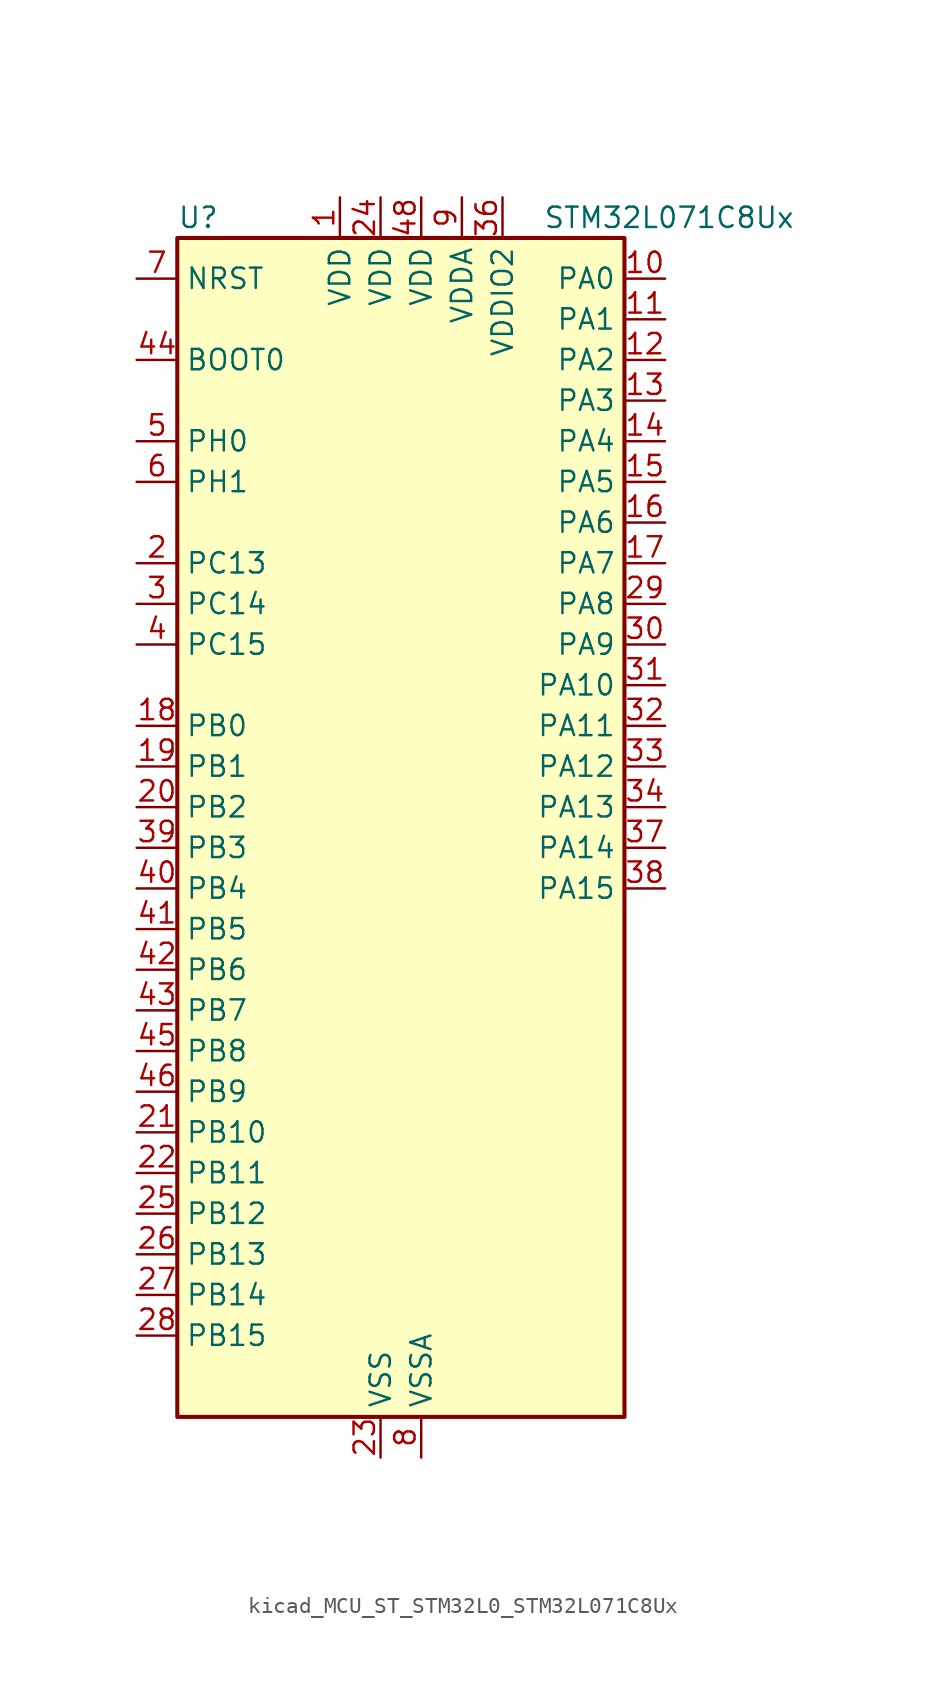
<source format=kicad_sym>
(kicad_symbol_lib
  (version 20220914)
  (generator kicad_symbol_editor)
  (symbol "kicad_MCU_ST_STM32L0_STM32L071C8Ux"
    (property "Reference" "U"
      (at -12.7 39.37 0)
      (effects (font (size 1.27 1.27)) (justify left)))
    (property "Value" "STM32L071C8Ux"
      (at 10.16 39.37 0)
      (effects (font (size 1.27 1.27)) (justify left)))
    (property "ki_locked" ""
      (at 0 0 0)
      (effects (font (size 1.27 1.27))))
    (symbol "kicad_MCU_ST_STM32L0_STM32L071C8Ux_0_1"
      (rectangle (start -12.7 -35.56) (end 15.24 38.1) (stroke (width 0.254) (type default)) (fill (type background))))
    (symbol "kicad_MCU_ST_STM32L0_STM32L071C8Ux_1_1"
      (pin power_in line (at -2.54 40.64 270) (length 2.54) (name "VDD" (effects (font (size 1.27 1.27)))) (number "1" (effects (font (size 1.27 1.27)))))
      (pin bidirectional line (at 17.78 35.56 180) (length 2.54) (name "PA0" (effects (font (size 1.27 1.27)))) (number "10" (effects (font (size 1.27 1.27)))) (alternate "ADC_IN0" bidirectional line) (alternate "COMP1_INM" bidirectional line) (alternate "COMP1_OUT" bidirectional line) (alternate "RTC_TAMP2" bidirectional line) (alternate "SYS_WKUP1" bidirectional line) (alternate "TIM2_CH1" bidirectional line) (alternate "TIM2_ETR" bidirectional line) (alternate "USART2_CTS" bidirectional line) (alternate "USART4_TX" bidirectional line))
      (pin bidirectional line (at 17.78 33.02 180) (length 2.54) (name "PA1" (effects (font (size 1.27 1.27)))) (number "11" (effects (font (size 1.27 1.27)))) (alternate "ADC_IN1" bidirectional line) (alternate "COMP1_INP" bidirectional line) (alternate "TIM21_ETR" bidirectional line) (alternate "TIM2_CH2" bidirectional line) (alternate "USART2_DE" bidirectional line) (alternate "USART2_RTS" bidirectional line) (alternate "USART4_RX" bidirectional line))
      (pin bidirectional line (at 17.78 30.48 180) (length 2.54) (name "PA2" (effects (font (size 1.27 1.27)))) (number "12" (effects (font (size 1.27 1.27)))) (alternate "ADC_IN2" bidirectional line) (alternate "COMP2_INM" bidirectional line) (alternate "COMP2_OUT" bidirectional line) (alternate "LPUART1_TX" bidirectional line) (alternate "TIM21_CH1" bidirectional line) (alternate "TIM2_CH3" bidirectional line) (alternate "USART2_TX" bidirectional line))
      (pin bidirectional line (at 17.78 27.94 180) (length 2.54) (name "PA3" (effects (font (size 1.27 1.27)))) (number "13" (effects (font (size 1.27 1.27)))) (alternate "ADC_IN3" bidirectional line) (alternate "COMP2_INP" bidirectional line) (alternate "LPUART1_RX" bidirectional line) (alternate "TIM21_CH2" bidirectional line) (alternate "TIM2_CH4" bidirectional line) (alternate "USART2_RX" bidirectional line))
      (pin bidirectional line (at 17.78 25.4 180) (length 2.54) (name "PA4" (effects (font (size 1.27 1.27)))) (number "14" (effects (font (size 1.27 1.27)))) (alternate "ADC_IN4" bidirectional line) (alternate "COMP1_INM" bidirectional line) (alternate "COMP2_INM" bidirectional line) (alternate "SPI1_NSS" bidirectional line) (alternate "TIM22_ETR" bidirectional line) (alternate "USART2_CK" bidirectional line))
      (pin bidirectional line (at 17.78 22.86 180) (length 2.54) (name "PA5" (effects (font (size 1.27 1.27)))) (number "15" (effects (font (size 1.27 1.27)))) (alternate "ADC_IN5" bidirectional line) (alternate "COMP1_INM" bidirectional line) (alternate "COMP2_INM" bidirectional line) (alternate "SPI1_SCK" bidirectional line) (alternate "TIM2_CH1" bidirectional line) (alternate "TIM2_ETR" bidirectional line))
      (pin bidirectional line (at 17.78 20.32 180) (length 2.54) (name "PA6" (effects (font (size 1.27 1.27)))) (number "16" (effects (font (size 1.27 1.27)))) (alternate "ADC_IN6" bidirectional line) (alternate "COMP1_OUT" bidirectional line) (alternate "LPUART1_CTS" bidirectional line) (alternate "SPI1_MISO" bidirectional line) (alternate "TIM22_CH1" bidirectional line) (alternate "TIM3_CH1" bidirectional line))
      (pin bidirectional line (at 17.78 17.78 180) (length 2.54) (name "PA7" (effects (font (size 1.27 1.27)))) (number "17" (effects (font (size 1.27 1.27)))) (alternate "ADC_IN7" bidirectional line) (alternate "COMP2_OUT" bidirectional line) (alternate "SPI1_MOSI" bidirectional line) (alternate "TIM22_CH2" bidirectional line) (alternate "TIM3_CH2" bidirectional line))
      (pin bidirectional line (at -15.24 7.62 0) (length 2.54) (name "PB0" (effects (font (size 1.27 1.27)))) (number "18" (effects (font (size 1.27 1.27)))) (alternate "ADC_IN8" bidirectional line) (alternate "SYS_VREF_OUT_PB0" bidirectional line) (alternate "TIM3_CH3" bidirectional line))
      (pin bidirectional line (at -15.24 5.08 0) (length 2.54) (name "PB1" (effects (font (size 1.27 1.27)))) (number "19" (effects (font (size 1.27 1.27)))) (alternate "ADC_IN9" bidirectional line) (alternate "LPUART1_DE" bidirectional line) (alternate "LPUART1_RTS" bidirectional line) (alternate "SYS_VREF_OUT_PB1" bidirectional line) (alternate "TIM3_CH4" bidirectional line))
      (pin bidirectional line (at -15.24 17.78 0) (length 2.54) (name "PC13" (effects (font (size 1.27 1.27)))) (number "2" (effects (font (size 1.27 1.27)))) (alternate "RTC_OUT_ALARM" bidirectional line) (alternate "RTC_OUT_CALIB" bidirectional line) (alternate "RTC_TAMP1" bidirectional line) (alternate "RTC_TS" bidirectional line) (alternate "SYS_WKUP2" bidirectional line))
      (pin bidirectional line (at -15.24 2.54 0) (length 2.54) (name "PB2" (effects (font (size 1.27 1.27)))) (number "20" (effects (font (size 1.27 1.27)))) (alternate "I2C3_SMBA" bidirectional line) (alternate "LPTIM1_OUT" bidirectional line))
      (pin bidirectional line (at -15.24 -17.78 0) (length 2.54) (name "PB10" (effects (font (size 1.27 1.27)))) (number "21" (effects (font (size 1.27 1.27)))) (alternate "I2C2_SCL" bidirectional line) (alternate "LPUART1_RX" bidirectional line) (alternate "LPUART1_TX" bidirectional line) (alternate "SPI2_SCK" bidirectional line) (alternate "TIM2_CH3" bidirectional line))
      (pin bidirectional line (at -15.24 -20.32 0) (length 2.54) (name "PB11" (effects (font (size 1.27 1.27)))) (number "22" (effects (font (size 1.27 1.27)))) (alternate "ADC_EXTI11" bidirectional line) (alternate "I2C2_SDA" bidirectional line) (alternate "LPUART1_RX" bidirectional line) (alternate "LPUART1_TX" bidirectional line) (alternate "TIM2_CH4" bidirectional line))
      (pin power_in line (at 0 -38.1 90) (length 2.54) (name "VSS" (effects (font (size 1.27 1.27)))) (number "23" (effects (font (size 1.27 1.27)))))
      (pin power_in line (at 0 40.64 270) (length 2.54) (name "VDD" (effects (font (size 1.27 1.27)))) (number "24" (effects (font (size 1.27 1.27)))))
      (pin bidirectional line (at -15.24 -22.86 0) (length 2.54) (name "PB12" (effects (font (size 1.27 1.27)))) (number "25" (effects (font (size 1.27 1.27)))) (alternate "I2S2_WS" bidirectional line) (alternate "LPUART1_DE" bidirectional line) (alternate "LPUART1_RTS" bidirectional line) (alternate "SPI2_NSS" bidirectional line))
      (pin bidirectional line (at -15.24 -25.4 0) (length 2.54) (name "PB13" (effects (font (size 1.27 1.27)))) (number "26" (effects (font (size 1.27 1.27)))) (alternate "I2C2_SCL" bidirectional line) (alternate "I2S2_CK" bidirectional line) (alternate "LPUART1_CTS" bidirectional line) (alternate "RCC_MCO" bidirectional line) (alternate "SPI2_SCK" bidirectional line) (alternate "TIM21_CH1" bidirectional line))
      (pin bidirectional line (at -15.24 -27.94 0) (length 2.54) (name "PB14" (effects (font (size 1.27 1.27)))) (number "27" (effects (font (size 1.27 1.27)))) (alternate "I2C2_SDA" bidirectional line) (alternate "I2S2_MCK" bidirectional line) (alternate "LPUART1_DE" bidirectional line) (alternate "LPUART1_RTS" bidirectional line) (alternate "RTC_OUT_ALARM" bidirectional line) (alternate "RTC_OUT_CALIB" bidirectional line) (alternate "SPI2_MISO" bidirectional line) (alternate "TIM21_CH2" bidirectional line))
      (pin bidirectional line (at -15.24 -30.48 0) (length 2.54) (name "PB15" (effects (font (size 1.27 1.27)))) (number "28" (effects (font (size 1.27 1.27)))) (alternate "I2S2_SD" bidirectional line) (alternate "RTC_REFIN" bidirectional line) (alternate "SPI2_MOSI" bidirectional line))
      (pin bidirectional line (at 17.78 15.24 180) (length 2.54) (name "PA8" (effects (font (size 1.27 1.27)))) (number "29" (effects (font (size 1.27 1.27)))) (alternate "I2C3_SCL" bidirectional line) (alternate "RCC_MCO" bidirectional line) (alternate "USART1_CK" bidirectional line))
      (pin bidirectional line (at -15.24 15.24 0) (length 2.54) (name "PC14" (effects (font (size 1.27 1.27)))) (number "3" (effects (font (size 1.27 1.27)))) (alternate "RCC_OSC32_IN" bidirectional line))
      (pin bidirectional line (at 17.78 12.7 180) (length 2.54) (name "PA9" (effects (font (size 1.27 1.27)))) (number "30" (effects (font (size 1.27 1.27)))) (alternate "I2C1_SCL" bidirectional line) (alternate "I2C3_SMBA" bidirectional line) (alternate "RCC_MCO" bidirectional line) (alternate "USART1_TX" bidirectional line))
      (pin bidirectional line (at 17.78 10.16 180) (length 2.54) (name "PA10" (effects (font (size 1.27 1.27)))) (number "31" (effects (font (size 1.27 1.27)))) (alternate "I2C1_SDA" bidirectional line) (alternate "USART1_RX" bidirectional line))
      (pin bidirectional line (at 17.78 7.62 180) (length 2.54) (name "PA11" (effects (font (size 1.27 1.27)))) (number "32" (effects (font (size 1.27 1.27)))) (alternate "ADC_EXTI11" bidirectional line) (alternate "COMP1_OUT" bidirectional line) (alternate "SPI1_MISO" bidirectional line) (alternate "USART1_CTS" bidirectional line))
      (pin bidirectional line (at 17.78 5.08 180) (length 2.54) (name "PA12" (effects (font (size 1.27 1.27)))) (number "33" (effects (font (size 1.27 1.27)))) (alternate "COMP2_OUT" bidirectional line) (alternate "SPI1_MOSI" bidirectional line) (alternate "USART1_DE" bidirectional line) (alternate "USART1_RTS" bidirectional line))
      (pin bidirectional line (at 17.78 2.54 180) (length 2.54) (name "PA13" (effects (font (size 1.27 1.27)))) (number "34" (effects (font (size 1.27 1.27)))) (alternate "LPUART1_RX" bidirectional line) (alternate "SYS_SWDIO" bidirectional line))
      (pin passive line (at 0 -38.1 90) (length 2.54) hide (name "VSS" (effects (font (size 1.27 1.27)))) (number "35" (effects (font (size 1.27 1.27)))))
      (pin power_in line (at 7.62 40.64 270) (length 2.54) (name "VDDIO2" (effects (font (size 1.27 1.27)))) (number "36" (effects (font (size 1.27 1.27)))))
      (pin bidirectional line (at 17.78 0 180) (length 2.54) (name "PA14" (effects (font (size 1.27 1.27)))) (number "37" (effects (font (size 1.27 1.27)))) (alternate "LPUART1_TX" bidirectional line) (alternate "SYS_SWCLK" bidirectional line) (alternate "USART2_TX" bidirectional line))
      (pin bidirectional line (at 17.78 -2.54 180) (length 2.54) (name "PA15" (effects (font (size 1.27 1.27)))) (number "38" (effects (font (size 1.27 1.27)))) (alternate "SPI1_NSS" bidirectional line) (alternate "TIM2_CH1" bidirectional line) (alternate "TIM2_ETR" bidirectional line) (alternate "USART2_RX" bidirectional line) (alternate "USART4_DE" bidirectional line) (alternate "USART4_RTS" bidirectional line))
      (pin bidirectional line (at -15.24 0 0) (length 2.54) (name "PB3" (effects (font (size 1.27 1.27)))) (number "39" (effects (font (size 1.27 1.27)))) (alternate "COMP2_INM" bidirectional line) (alternate "SPI1_SCK" bidirectional line) (alternate "TIM2_CH2" bidirectional line) (alternate "USART1_DE" bidirectional line) (alternate "USART1_RTS" bidirectional line) (alternate "USART5_TX" bidirectional line))
      (pin bidirectional line (at -15.24 12.7 0) (length 2.54) (name "PC15" (effects (font (size 1.27 1.27)))) (number "4" (effects (font (size 1.27 1.27)))) (alternate "RCC_OSC32_OUT" bidirectional line))
      (pin bidirectional line (at -15.24 -2.54 0) (length 2.54) (name "PB4" (effects (font (size 1.27 1.27)))) (number "40" (effects (font (size 1.27 1.27)))) (alternate "COMP2_INP" bidirectional line) (alternate "I2C3_SDA" bidirectional line) (alternate "SPI1_MISO" bidirectional line) (alternate "TIM22_CH1" bidirectional line) (alternate "TIM3_CH1" bidirectional line) (alternate "USART1_CTS" bidirectional line) (alternate "USART5_RX" bidirectional line))
      (pin bidirectional line (at -15.24 -5.08 0) (length 2.54) (name "PB5" (effects (font (size 1.27 1.27)))) (number "41" (effects (font (size 1.27 1.27)))) (alternate "COMP2_INP" bidirectional line) (alternate "I2C1_SMBA" bidirectional line) (alternate "LPTIM1_IN1" bidirectional line) (alternate "SPI1_MOSI" bidirectional line) (alternate "TIM22_CH2" bidirectional line) (alternate "TIM3_CH2" bidirectional line) (alternate "USART1_CK" bidirectional line) (alternate "USART5_CK" bidirectional line) (alternate "USART5_DE" bidirectional line) (alternate "USART5_RTS" bidirectional line))
      (pin bidirectional line (at -15.24 -7.62 0) (length 2.54) (name "PB6" (effects (font (size 1.27 1.27)))) (number "42" (effects (font (size 1.27 1.27)))) (alternate "COMP2_INP" bidirectional line) (alternate "I2C1_SCL" bidirectional line) (alternate "LPTIM1_ETR" bidirectional line) (alternate "USART1_TX" bidirectional line))
      (pin bidirectional line (at -15.24 -10.16 0) (length 2.54) (name "PB7" (effects (font (size 1.27 1.27)))) (number "43" (effects (font (size 1.27 1.27)))) (alternate "COMP2_INP" bidirectional line) (alternate "I2C1_SDA" bidirectional line) (alternate "LPTIM1_IN2" bidirectional line) (alternate "SYS_PVD_IN" bidirectional line) (alternate "USART1_RX" bidirectional line) (alternate "USART4_CTS" bidirectional line))
      (pin input line (at -15.24 30.48 0) (length 2.54) (name "BOOT0" (effects (font (size 1.27 1.27)))) (number "44" (effects (font (size 1.27 1.27)))))
      (pin bidirectional line (at -15.24 -12.7 0) (length 2.54) (name "PB8" (effects (font (size 1.27 1.27)))) (number "45" (effects (font (size 1.27 1.27)))) (alternate "I2C1_SCL" bidirectional line))
      (pin bidirectional line (at -15.24 -15.24 0) (length 2.54) (name "PB9" (effects (font (size 1.27 1.27)))) (number "46" (effects (font (size 1.27 1.27)))) (alternate "I2C1_SDA" bidirectional line) (alternate "I2S2_WS" bidirectional line) (alternate "SPI2_NSS" bidirectional line))
      (pin passive line (at 0 -38.1 90) (length 2.54) hide (name "VSS" (effects (font (size 1.27 1.27)))) (number "47" (effects (font (size 1.27 1.27)))))
      (pin power_in line (at 2.54 40.64 270) (length 2.54) (name "VDD" (effects (font (size 1.27 1.27)))) (number "48" (effects (font (size 1.27 1.27)))))
      (pin passive line (at 0 -38.1 90) (length 2.54) hide (name "VSS" (effects (font (size 1.27 1.27)))) (number "49" (effects (font (size 1.27 1.27)))))
      (pin bidirectional line (at -15.24 25.4 0) (length 2.54) (name "PH0" (effects (font (size 1.27 1.27)))) (number "5" (effects (font (size 1.27 1.27)))) (alternate "RCC_OSC_IN" bidirectional line))
      (pin bidirectional line (at -15.24 22.86 0) (length 2.54) (name "PH1" (effects (font (size 1.27 1.27)))) (number "6" (effects (font (size 1.27 1.27)))) (alternate "RCC_OSC_OUT" bidirectional line))
      (pin input line (at -15.24 35.56 0) (length 2.54) (name "NRST" (effects (font (size 1.27 1.27)))) (number "7" (effects (font (size 1.27 1.27)))))
      (pin power_in line (at 2.54 -38.1 90) (length 2.54) (name "VSSA" (effects (font (size 1.27 1.27)))) (number "8" (effects (font (size 1.27 1.27)))))
      (pin power_in line (at 5.08 40.64 270) (length 2.54) (name "VDDA" (effects (font (size 1.27 1.27)))) (number "9" (effects (font (size 1.27 1.27))))))))
</source>
